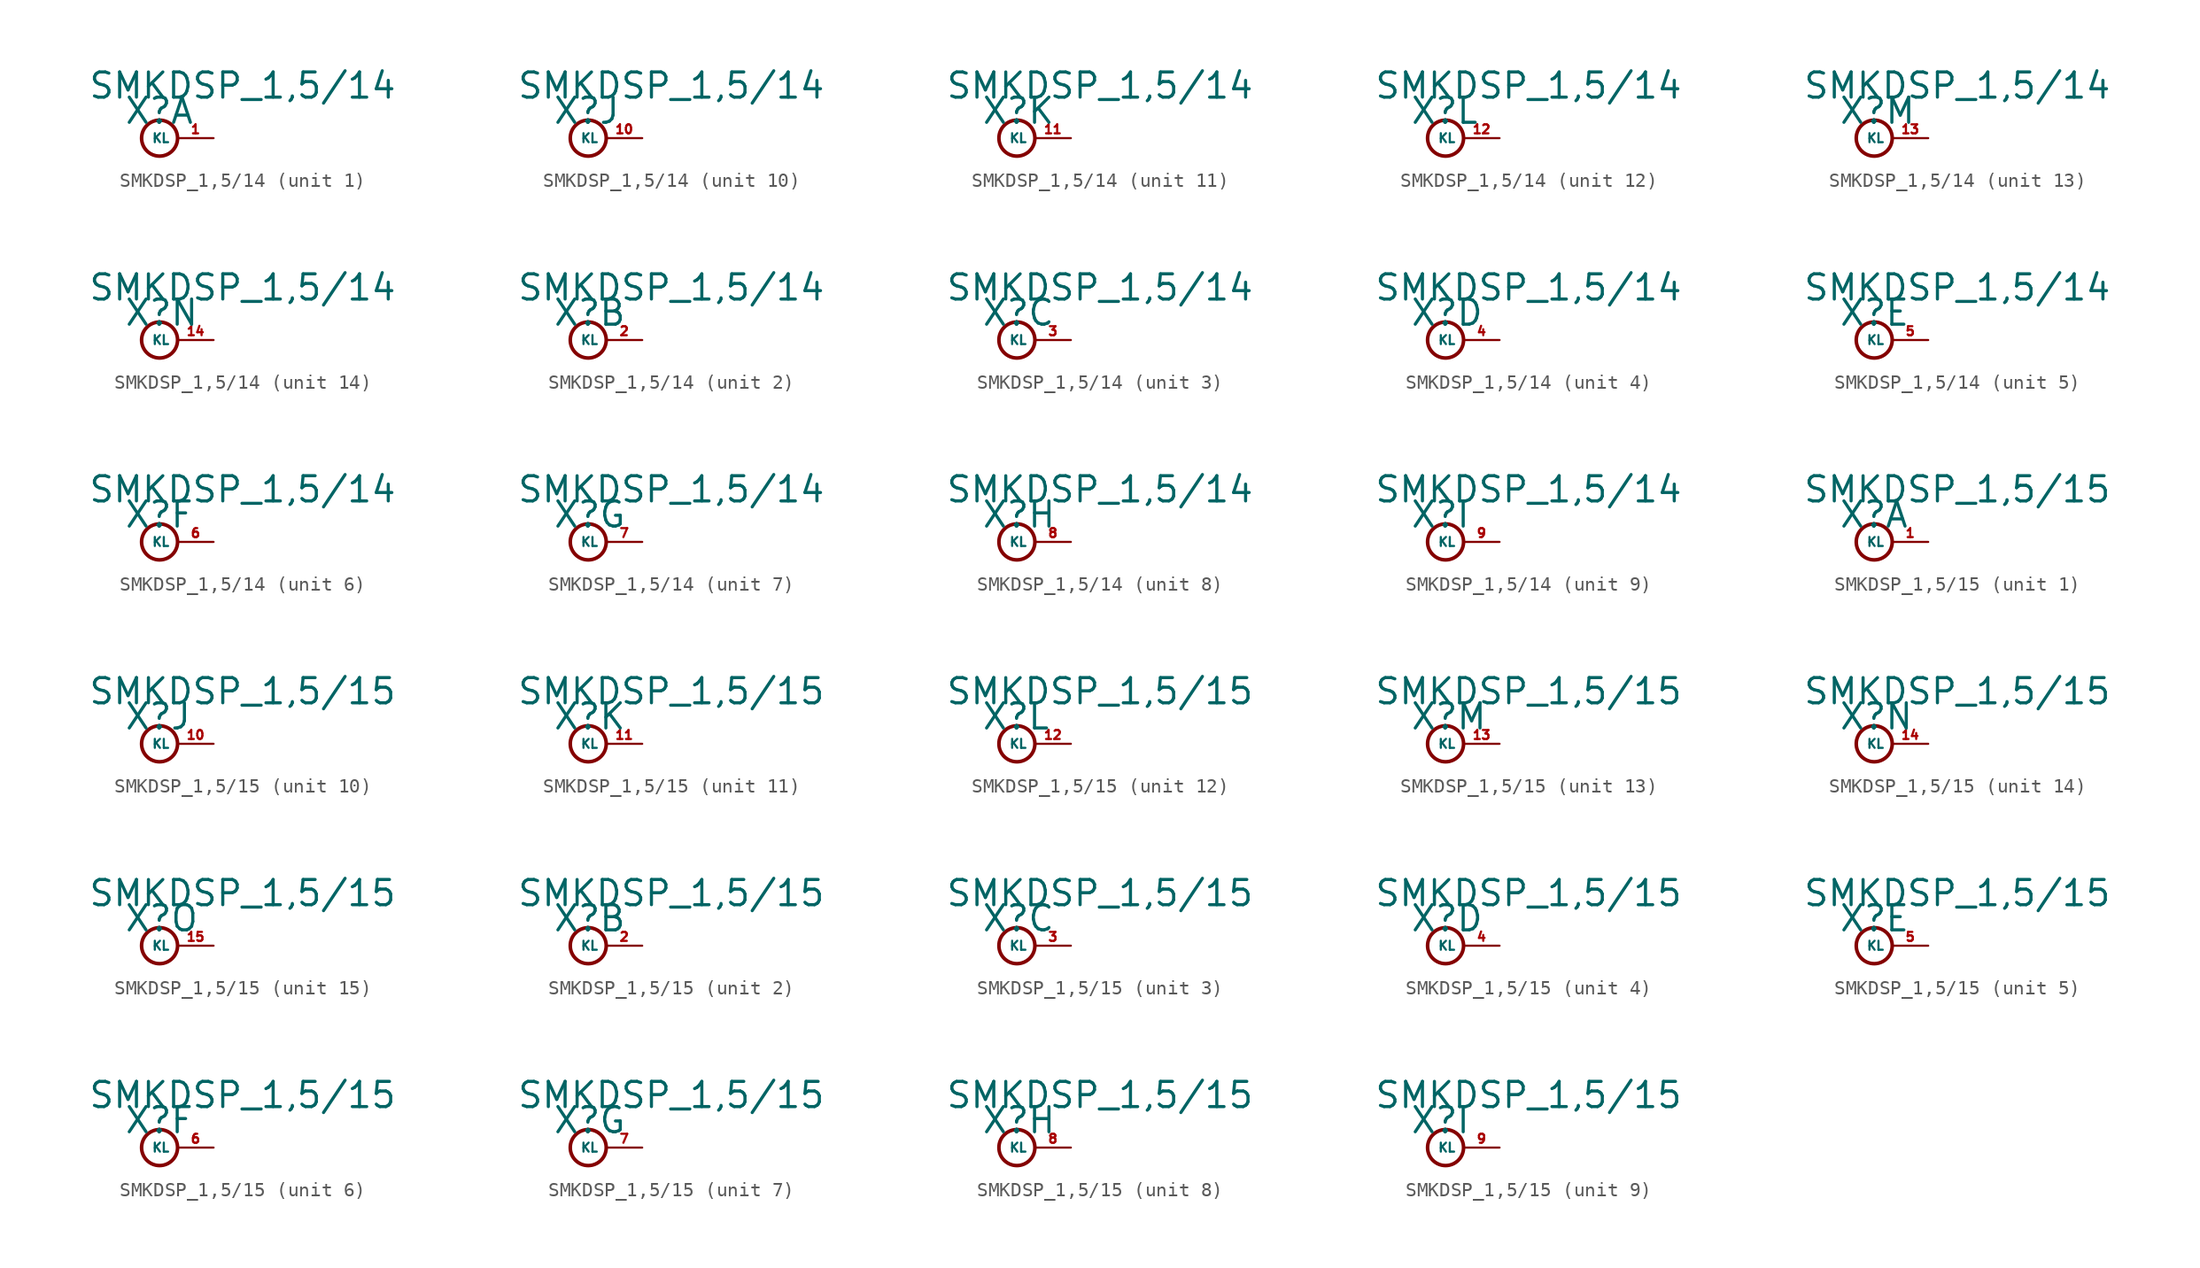
<source format=kicad_sym>
(kicad_symbol_lib
  (version 20220914)
  (generator Eagle2Kicad)
  (symbol "SMKDSP_1,5/14"
    (property "Reference" "X"
      (at -1.27 0.889 0)
      (effects (font (size 1.778 1.778) (thickness 0.22)) (justify left bottom)))
    (property "Value" "SMKDSP_1,5/14"
      (at -3.81 2.667 0)
      (effects (font (size 1.778 1.778) (thickness 0.22)) (justify left bottom)))
    (symbol "SMKDSP_1,5/14_1_0"
      (circle (center 1.27 0) (radius 1.27) (stroke (width 0.254) (type default)) (fill (type none)))
      (pin passive line (at 5.08 0 180) (length 2.54) (name "KL" (effects (font (size 0.635 0.635) (thickness 0.08)) (justify left bottom))) (number "1" (effects (font (size 0.635 0.635) (thickness 0.08)) (justify left bottom)))))
    (symbol "SMKDSP_1,5/14_2_0"
      (circle (center 1.27 0) (radius 1.27) (stroke (width 0.254) (type default)) (fill (type none)))
      (pin passive line (at 5.08 0 180) (length 2.54) (name "KL" (effects (font (size 0.635 0.635) (thickness 0.08)) (justify left bottom))) (number "2" (effects (font (size 0.635 0.635) (thickness 0.08)) (justify left bottom)))))
    (symbol "SMKDSP_1,5/14_3_0"
      (circle (center 1.27 0) (radius 1.27) (stroke (width 0.254) (type default)) (fill (type none)))
      (pin passive line (at 5.08 0 180) (length 2.54) (name "KL" (effects (font (size 0.635 0.635) (thickness 0.08)) (justify left bottom))) (number "3" (effects (font (size 0.635 0.635) (thickness 0.08)) (justify left bottom)))))
    (symbol "SMKDSP_1,5/14_4_0"
      (circle (center 1.27 0) (radius 1.27) (stroke (width 0.254) (type default)) (fill (type none)))
      (pin passive line (at 5.08 0 180) (length 2.54) (name "KL" (effects (font (size 0.635 0.635) (thickness 0.08)) (justify left bottom))) (number "4" (effects (font (size 0.635 0.635) (thickness 0.08)) (justify left bottom)))))
    (symbol "SMKDSP_1,5/14_5_0"
      (circle (center 1.27 0) (radius 1.27) (stroke (width 0.254) (type default)) (fill (type none)))
      (pin passive line (at 5.08 0 180) (length 2.54) (name "KL" (effects (font (size 0.635 0.635) (thickness 0.08)) (justify left bottom))) (number "5" (effects (font (size 0.635 0.635) (thickness 0.08)) (justify left bottom)))))
    (symbol "SMKDSP_1,5/14_6_0"
      (circle (center 1.27 0) (radius 1.27) (stroke (width 0.254) (type default)) (fill (type none)))
      (pin passive line (at 5.08 0 180) (length 2.54) (name "KL" (effects (font (size 0.635 0.635) (thickness 0.08)) (justify left bottom))) (number "6" (effects (font (size 0.635 0.635) (thickness 0.08)) (justify left bottom)))))
    (symbol "SMKDSP_1,5/14_7_0"
      (circle (center 1.27 0) (radius 1.27) (stroke (width 0.254) (type default)) (fill (type none)))
      (pin passive line (at 5.08 0 180) (length 2.54) (name "KL" (effects (font (size 0.635 0.635) (thickness 0.08)) (justify left bottom))) (number "7" (effects (font (size 0.635 0.635) (thickness 0.08)) (justify left bottom)))))
    (symbol "SMKDSP_1,5/14_8_0"
      (circle (center 1.27 0) (radius 1.27) (stroke (width 0.254) (type default)) (fill (type none)))
      (pin passive line (at 5.08 0 180) (length 2.54) (name "KL" (effects (font (size 0.635 0.635) (thickness 0.08)) (justify left bottom))) (number "8" (effects (font (size 0.635 0.635) (thickness 0.08)) (justify left bottom)))))
    (symbol "SMKDSP_1,5/14_9_0"
      (circle (center 1.27 0) (radius 1.27) (stroke (width 0.254) (type default)) (fill (type none)))
      (pin passive line (at 5.08 0 180) (length 2.54) (name "KL" (effects (font (size 0.635 0.635) (thickness 0.08)) (justify left bottom))) (number "9" (effects (font (size 0.635 0.635) (thickness 0.08)) (justify left bottom)))))
    (symbol "SMKDSP_1,5/14_10_0"
      (circle (center 1.27 0) (radius 1.27) (stroke (width 0.254) (type default)) (fill (type none)))
      (pin passive line (at 5.08 0 180) (length 2.54) (name "KL" (effects (font (size 0.635 0.635) (thickness 0.08)) (justify left bottom))) (number "10" (effects (font (size 0.635 0.635) (thickness 0.08)) (justify left bottom)))))
    (symbol "SMKDSP_1,5/14_11_0"
      (circle (center 1.27 0) (radius 1.27) (stroke (width 0.254) (type default)) (fill (type none)))
      (pin passive line (at 5.08 0 180) (length 2.54) (name "KL" (effects (font (size 0.635 0.635) (thickness 0.08)) (justify left bottom))) (number "11" (effects (font (size 0.635 0.635) (thickness 0.08)) (justify left bottom)))))
    (symbol "SMKDSP_1,5/14_12_0"
      (circle (center 1.27 0) (radius 1.27) (stroke (width 0.254) (type default)) (fill (type none)))
      (pin passive line (at 5.08 0 180) (length 2.54) (name "KL" (effects (font (size 0.635 0.635) (thickness 0.08)) (justify left bottom))) (number "12" (effects (font (size 0.635 0.635) (thickness 0.08)) (justify left bottom)))))
    (symbol "SMKDSP_1,5/14_13_0"
      (circle (center 1.27 0) (radius 1.27) (stroke (width 0.254) (type default)) (fill (type none)))
      (pin passive line (at 5.08 0 180) (length 2.54) (name "KL" (effects (font (size 0.635 0.635) (thickness 0.08)) (justify left bottom))) (number "13" (effects (font (size 0.635 0.635) (thickness 0.08)) (justify left bottom)))))
    (symbol "SMKDSP_1,5/14_14_0"
      (circle (center 1.27 0) (radius 1.27) (stroke (width 0.254) (type default)) (fill (type none)))
      (pin passive line (at 5.08 0 180) (length 2.54) (name "KL" (effects (font (size 0.635 0.635) (thickness 0.08)) (justify left bottom))) (number "14" (effects (font (size 0.635 0.635) (thickness 0.08)) (justify left bottom))))))
  (symbol "SMKDSP_1,5/15"
    (property "Reference" "X"
      (at -1.27 0.889 0)
      (effects (font (size 1.778 1.778) (thickness 0.22)) (justify left bottom)))
    (property "Value" "SMKDSP_1,5/15"
      (at -3.81 2.667 0)
      (effects (font (size 1.778 1.778) (thickness 0.22)) (justify left bottom)))
    (symbol "SMKDSP_1,5/15_1_0"
      (circle (center 1.27 0) (radius 1.27) (stroke (width 0.254) (type default)) (fill (type none)))
      (pin passive line (at 5.08 0 180) (length 2.54) (name "KL" (effects (font (size 0.635 0.635) (thickness 0.08)) (justify left bottom))) (number "1" (effects (font (size 0.635 0.635) (thickness 0.08)) (justify left bottom)))))
    (symbol "SMKDSP_1,5/15_2_0"
      (circle (center 1.27 0) (radius 1.27) (stroke (width 0.254) (type default)) (fill (type none)))
      (pin passive line (at 5.08 0 180) (length 2.54) (name "KL" (effects (font (size 0.635 0.635) (thickness 0.08)) (justify left bottom))) (number "2" (effects (font (size 0.635 0.635) (thickness 0.08)) (justify left bottom)))))
    (symbol "SMKDSP_1,5/15_3_0"
      (circle (center 1.27 0) (radius 1.27) (stroke (width 0.254) (type default)) (fill (type none)))
      (pin passive line (at 5.08 0 180) (length 2.54) (name "KL" (effects (font (size 0.635 0.635) (thickness 0.08)) (justify left bottom))) (number "3" (effects (font (size 0.635 0.635) (thickness 0.08)) (justify left bottom)))))
    (symbol "SMKDSP_1,5/15_4_0"
      (circle (center 1.27 0) (radius 1.27) (stroke (width 0.254) (type default)) (fill (type none)))
      (pin passive line (at 5.08 0 180) (length 2.54) (name "KL" (effects (font (size 0.635 0.635) (thickness 0.08)) (justify left bottom))) (number "4" (effects (font (size 0.635 0.635) (thickness 0.08)) (justify left bottom)))))
    (symbol "SMKDSP_1,5/15_5_0"
      (circle (center 1.27 0) (radius 1.27) (stroke (width 0.254) (type default)) (fill (type none)))
      (pin passive line (at 5.08 0 180) (length 2.54) (name "KL" (effects (font (size 0.635 0.635) (thickness 0.08)) (justify left bottom))) (number "5" (effects (font (size 0.635 0.635) (thickness 0.08)) (justify left bottom)))))
    (symbol "SMKDSP_1,5/15_6_0"
      (circle (center 1.27 0) (radius 1.27) (stroke (width 0.254) (type default)) (fill (type none)))
      (pin passive line (at 5.08 0 180) (length 2.54) (name "KL" (effects (font (size 0.635 0.635) (thickness 0.08)) (justify left bottom))) (number "6" (effects (font (size 0.635 0.635) (thickness 0.08)) (justify left bottom)))))
    (symbol "SMKDSP_1,5/15_7_0"
      (circle (center 1.27 0) (radius 1.27) (stroke (width 0.254) (type default)) (fill (type none)))
      (pin passive line (at 5.08 0 180) (length 2.54) (name "KL" (effects (font (size 0.635 0.635) (thickness 0.08)) (justify left bottom))) (number "7" (effects (font (size 0.635 0.635) (thickness 0.08)) (justify left bottom)))))
    (symbol "SMKDSP_1,5/15_8_0"
      (circle (center 1.27 0) (radius 1.27) (stroke (width 0.254) (type default)) (fill (type none)))
      (pin passive line (at 5.08 0 180) (length 2.54) (name "KL" (effects (font (size 0.635 0.635) (thickness 0.08)) (justify left bottom))) (number "8" (effects (font (size 0.635 0.635) (thickness 0.08)) (justify left bottom)))))
    (symbol "SMKDSP_1,5/15_9_0"
      (circle (center 1.27 0) (radius 1.27) (stroke (width 0.254) (type default)) (fill (type none)))
      (pin passive line (at 5.08 0 180) (length 2.54) (name "KL" (effects (font (size 0.635 0.635) (thickness 0.08)) (justify left bottom))) (number "9" (effects (font (size 0.635 0.635) (thickness 0.08)) (justify left bottom)))))
    (symbol "SMKDSP_1,5/15_10_0"
      (circle (center 1.27 0) (radius 1.27) (stroke (width 0.254) (type default)) (fill (type none)))
      (pin passive line (at 5.08 0 180) (length 2.54) (name "KL" (effects (font (size 0.635 0.635) (thickness 0.08)) (justify left bottom))) (number "10" (effects (font (size 0.635 0.635) (thickness 0.08)) (justify left bottom)))))
    (symbol "SMKDSP_1,5/15_11_0"
      (circle (center 1.27 0) (radius 1.27) (stroke (width 0.254) (type default)) (fill (type none)))
      (pin passive line (at 5.08 0 180) (length 2.54) (name "KL" (effects (font (size 0.635 0.635) (thickness 0.08)) (justify left bottom))) (number "11" (effects (font (size 0.635 0.635) (thickness 0.08)) (justify left bottom)))))
    (symbol "SMKDSP_1,5/15_12_0"
      (circle (center 1.27 0) (radius 1.27) (stroke (width 0.254) (type default)) (fill (type none)))
      (pin passive line (at 5.08 0 180) (length 2.54) (name "KL" (effects (font (size 0.635 0.635) (thickness 0.08)) (justify left bottom))) (number "12" (effects (font (size 0.635 0.635) (thickness 0.08)) (justify left bottom)))))
    (symbol "SMKDSP_1,5/15_13_0"
      (circle (center 1.27 0) (radius 1.27) (stroke (width 0.254) (type default)) (fill (type none)))
      (pin passive line (at 5.08 0 180) (length 2.54) (name "KL" (effects (font (size 0.635 0.635) (thickness 0.08)) (justify left bottom))) (number "13" (effects (font (size 0.635 0.635) (thickness 0.08)) (justify left bottom)))))
    (symbol "SMKDSP_1,5/15_14_0"
      (circle (center 1.27 0) (radius 1.27) (stroke (width 0.254) (type default)) (fill (type none)))
      (pin passive line (at 5.08 0 180) (length 2.54) (name "KL" (effects (font (size 0.635 0.635) (thickness 0.08)) (justify left bottom))) (number "14" (effects (font (size 0.635 0.635) (thickness 0.08)) (justify left bottom)))))
    (symbol "SMKDSP_1,5/15_15_0"
      (circle (center 1.27 0) (radius 1.27) (stroke (width 0.254) (type default)) (fill (type none)))
      (pin passive line (at 5.08 0 180) (length 2.54) (name "KL" (effects (font (size 0.635 0.635) (thickness 0.08)) (justify left bottom))) (number "15" (effects (font (size 0.635 0.635) (thickness 0.08)) (justify left bottom)))))))
</source>
